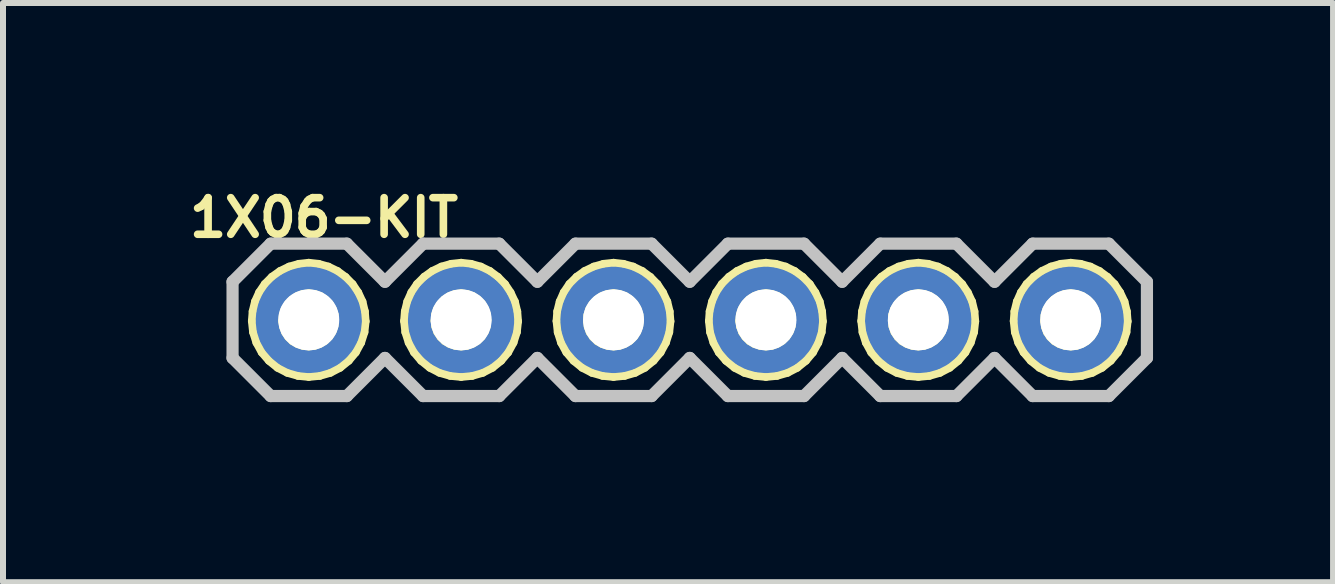
<source format=kicad_pcb>
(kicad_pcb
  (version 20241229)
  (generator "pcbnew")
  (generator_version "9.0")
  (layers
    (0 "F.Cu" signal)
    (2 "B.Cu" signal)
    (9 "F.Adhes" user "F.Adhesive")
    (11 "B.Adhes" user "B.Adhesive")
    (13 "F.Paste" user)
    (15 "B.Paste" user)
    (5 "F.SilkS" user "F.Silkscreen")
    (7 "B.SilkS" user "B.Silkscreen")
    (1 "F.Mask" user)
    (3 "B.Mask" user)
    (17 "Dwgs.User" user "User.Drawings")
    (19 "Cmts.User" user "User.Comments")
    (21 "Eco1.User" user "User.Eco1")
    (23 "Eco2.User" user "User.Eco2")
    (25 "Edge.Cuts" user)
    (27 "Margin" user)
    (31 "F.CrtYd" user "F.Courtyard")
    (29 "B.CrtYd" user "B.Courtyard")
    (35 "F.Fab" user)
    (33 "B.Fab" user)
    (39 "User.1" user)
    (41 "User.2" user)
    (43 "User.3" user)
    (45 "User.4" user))
  (footprint "1X06-KIT"
    (layer "F.Cu")
    (at 2.096 2.281)
    (property "Reference" "1X06-KIT" (at 0.254 -1.702 0) (layer "F.SilkS") (effects (font (size 0.61 0.61) (thickness 0.127))))
    (attr exclude_from_pos_files exclude_from_bom)
    (fp_line (start -0.95 0.02) (end -0.937 -0.142) (stroke (width 0.127) (type solid)) (layer "F.SilkS"))
    (fp_line (start -0.937 -0.142) (end -0.897 -0.307) (stroke (width 0.127) (type solid)) (layer "F.SilkS"))
    (fp_line (start -0.93 0.206) (end -0.95 0.02) (stroke (width 0.127) (type solid)) (layer "F.SilkS"))
    (fp_line (start -0.897 -0.307) (end -0.828 -0.46) (stroke (width 0.127) (type solid)) (layer "F.SilkS"))
    (fp_line (start -0.874 0.381) (end -0.93 0.206) (stroke (width 0.127) (type solid)) (layer "F.SilkS"))
    (fp_line (start -0.828 -0.46) (end -0.734 -0.599) (stroke (width 0.127) (type solid)) (layer "F.SilkS"))
    (fp_line (start -0.785 0.544) (end -0.874 0.381) (stroke (width 0.127) (type solid)) (layer "F.SilkS"))
    (fp_line (start -0.734 -0.599) (end -0.615 -0.719) (stroke (width 0.127) (type solid)) (layer "F.SilkS"))
    (fp_line (start -0.665 0.683) (end -0.785 0.544) (stroke (width 0.127) (type solid)) (layer "F.SilkS"))
    (fp_line (start -0.615 -0.719) (end -0.48 -0.815) (stroke (width 0.127) (type solid)) (layer "F.SilkS"))
    (fp_line (start -0.521 0.8) (end -0.665 0.683) (stroke (width 0.127) (type solid)) (layer "F.SilkS"))
    (fp_line (start -0.48 -0.815) (end -0.328 -0.889) (stroke (width 0.127) (type solid)) (layer "F.SilkS"))
    (fp_line (start -0.445 0.018) (end -0.434 -0.081) (stroke (width 0.127) (type solid)) (layer "F.SilkS"))
    (fp_line (start -0.434 -0.081) (end -0.404 -0.178) (stroke (width 0.127) (type solid)) (layer "F.SilkS"))
    (fp_line (start -0.429 0.114) (end -0.445 0.018) (stroke (width 0.127) (type solid)) (layer "F.SilkS"))
    (fp_line (start -0.404 -0.178) (end -0.351 -0.264) (stroke (width 0.127) (type solid)) (layer "F.SilkS"))
    (fp_line (start -0.396 0.206) (end -0.429 0.114) (stroke (width 0.127) (type solid)) (layer "F.SilkS"))
    (fp_line (start -0.358 0.884) (end -0.521 0.8) (stroke (width 0.127) (type solid)) (layer "F.SilkS"))
    (fp_line (start -0.351 -0.264) (end -0.279 -0.34) (stroke (width 0.127) (type solid)) (layer "F.SilkS"))
    (fp_line (start -0.343 0.287) (end -0.396 0.206) (stroke (width 0.127) (type solid)) (layer "F.SilkS"))
    (fp_line (start -0.328 -0.889) (end -0.165 -0.935) (stroke (width 0.127) (type solid)) (layer "F.SilkS"))
    (fp_line (start -0.279 -0.34) (end -0.196 -0.396) (stroke (width 0.127) (type solid)) (layer "F.SilkS"))
    (fp_line (start -0.272 0.356) (end -0.343 0.287) (stroke (width 0.127) (type solid)) (layer "F.SilkS"))
    (fp_line (start -0.196 -0.396) (end -0.099 -0.432) (stroke (width 0.127) (type solid)) (layer "F.SilkS"))
    (fp_line (start -0.188 0.404) (end -0.272 0.356) (stroke (width 0.127) (type solid)) (layer "F.SilkS"))
    (fp_line (start -0.18 0.935) (end -0.358 0.884) (stroke (width 0.127) (type solid)) (layer "F.SilkS"))
    (fp_line (start -0.165 -0.935) (end 0 -0.953) (stroke (width 0.127) (type solid)) (layer "F.SilkS"))
    (fp_line (start -0.099 -0.432) (end 0 -0.445) (stroke (width 0.127) (type solid)) (layer "F.SilkS"))
    (fp_line (start -0.097 0.434) (end -0.188 0.404) (stroke (width 0.127) (type solid)) (layer "F.SilkS"))
    (fp_line (start 0 -0.953) (end 0.165 -0.935) (stroke (width 0.127) (type solid)) (layer "F.SilkS"))
    (fp_line (start 0 -0.445) (end 0.099 -0.432) (stroke (width 0.127) (type solid)) (layer "F.SilkS"))
    (fp_line (start 0 0.445) (end -0.097 0.434) (stroke (width 0.127) (type solid)) (layer "F.SilkS"))
    (fp_line (start 0 0.953) (end -0.18 0.935) (stroke (width 0.127) (type solid)) (layer "F.SilkS"))
    (fp_line (start 0.097 0.434) (end 0 0.445) (stroke (width 0.127) (type solid)) (layer "F.SilkS"))
    (fp_line (start 0.099 -0.432) (end 0.193 -0.399) (stroke (width 0.127) (type solid)) (layer "F.SilkS"))
    (fp_line (start 0.165 -0.935) (end 0.328 -0.889) (stroke (width 0.127) (type solid)) (layer "F.SilkS"))
    (fp_line (start 0.185 0.935) (end 0 0.953) (stroke (width 0.127) (type solid)) (layer "F.SilkS"))
    (fp_line (start 0.188 0.401) (end 0.097 0.434) (stroke (width 0.127) (type solid)) (layer "F.SilkS"))
    (fp_line (start 0.193 -0.399) (end 0.277 -0.343) (stroke (width 0.127) (type solid)) (layer "F.SilkS"))
    (fp_line (start 0.272 0.351) (end 0.188 0.401) (stroke (width 0.127) (type solid)) (layer "F.SilkS"))
    (fp_line (start 0.277 -0.343) (end 0.348 -0.272) (stroke (width 0.127) (type solid)) (layer "F.SilkS"))
    (fp_line (start 0.328 -0.889) (end 0.48 -0.815) (stroke (width 0.127) (type solid)) (layer "F.SilkS"))
    (fp_line (start 0.343 0.282) (end 0.272 0.351) (stroke (width 0.127) (type solid)) (layer "F.SilkS"))
    (fp_line (start 0.348 -0.272) (end 0.399 -0.185) (stroke (width 0.127) (type solid)) (layer "F.SilkS"))
    (fp_line (start 0.361 0.884) (end 0.185 0.935) (stroke (width 0.127) (type solid)) (layer "F.SilkS"))
    (fp_line (start 0.396 0.198) (end 0.343 0.282) (stroke (width 0.127) (type solid)) (layer "F.SilkS"))
    (fp_line (start 0.399 -0.185) (end 0.432 -0.089) (stroke (width 0.127) (type solid)) (layer "F.SilkS"))
    (fp_line (start 0.429 0.107) (end 0.396 0.198) (stroke (width 0.127) (type solid)) (layer "F.SilkS"))
    (fp_line (start 0.432 -0.089) (end 0.439 0.008) (stroke (width 0.127) (type solid)) (layer "F.SilkS"))
    (fp_line (start 0.439 0.008) (end 0.429 0.107) (stroke (width 0.127) (type solid)) (layer "F.SilkS"))
    (fp_line (start 0.48 -0.815) (end 0.615 -0.716) (stroke (width 0.127) (type solid)) (layer "F.SilkS"))
    (fp_line (start 0.523 0.8) (end 0.361 0.884) (stroke (width 0.127) (type solid)) (layer "F.SilkS"))
    (fp_line (start 0.615 -0.716) (end 0.732 -0.597) (stroke (width 0.127) (type solid)) (layer "F.SilkS"))
    (fp_line (start 0.668 0.683) (end 0.523 0.8) (stroke (width 0.127) (type solid)) (layer "F.SilkS"))
    (fp_line (start 0.732 -0.597) (end 0.826 -0.457) (stroke (width 0.127) (type solid)) (layer "F.SilkS"))
    (fp_line (start 0.785 0.544) (end 0.668 0.683) (stroke (width 0.127) (type solid)) (layer "F.SilkS"))
    (fp_line (start 0.826 -0.457) (end 0.897 -0.305) (stroke (width 0.127) (type solid)) (layer "F.SilkS"))
    (fp_line (start 0.874 0.381) (end 0.785 0.544) (stroke (width 0.127) (type solid)) (layer "F.SilkS"))
    (fp_line (start 0.897 -0.305) (end 0.937 -0.14) (stroke (width 0.127) (type solid)) (layer "F.SilkS"))
    (fp_line (start 0.93 0.206) (end 0.874 0.381) (stroke (width 0.127) (type solid)) (layer "F.SilkS"))
    (fp_line (start 0.937 -0.14) (end 0.95 0.025) (stroke (width 0.127) (type solid)) (layer "F.SilkS"))
    (fp_line (start 0.95 0.025) (end 0.93 0.206) (stroke (width 0.127) (type solid)) (layer "F.SilkS"))
    (fp_line (start 1.587 0.02) (end 1.6 -0.142) (stroke (width 0.127) (type solid)) (layer "F.SilkS"))
    (fp_line (start 1.6 -0.142) (end 1.641 -0.307) (stroke (width 0.127) (type solid)) (layer "F.SilkS"))
    (fp_line (start 1.608 0.206) (end 1.587 0.02) (stroke (width 0.127) (type solid)) (layer "F.SilkS"))
    (fp_line (start 1.641 -0.307) (end 1.709 -0.46) (stroke (width 0.127) (type solid)) (layer "F.SilkS"))
    (fp_line (start 1.664 0.381) (end 1.608 0.206) (stroke (width 0.127) (type solid)) (layer "F.SilkS"))
    (fp_line (start 1.709 -0.46) (end 1.803 -0.599) (stroke (width 0.127) (type solid)) (layer "F.SilkS"))
    (fp_line (start 1.753 0.544) (end 1.664 0.381) (stroke (width 0.127) (type solid)) (layer "F.SilkS"))
    (fp_line (start 1.803 -0.599) (end 1.923 -0.719) (stroke (width 0.127) (type solid)) (layer "F.SilkS"))
    (fp_line (start 1.872 0.683) (end 1.753 0.544) (stroke (width 0.127) (type solid)) (layer "F.SilkS"))
    (fp_line (start 1.923 -0.719) (end 2.057 -0.815) (stroke (width 0.127) (type solid)) (layer "F.SilkS"))
    (fp_line (start 2.017 0.8) (end 1.872 0.683) (stroke (width 0.127) (type solid)) (layer "F.SilkS"))
    (fp_line (start 2.057 -0.815) (end 2.21 -0.889) (stroke (width 0.127) (type solid)) (layer "F.SilkS"))
    (fp_line (start 2.095 0.018) (end 2.103 -0.081) (stroke (width 0.127) (type solid)) (layer "F.SilkS"))
    (fp_line (start 2.103 -0.081) (end 2.134 -0.178) (stroke (width 0.127) (type solid)) (layer "F.SilkS"))
    (fp_line (start 2.108 0.114) (end 2.095 0.018) (stroke (width 0.127) (type solid)) (layer "F.SilkS"))
    (fp_line (start 2.134 -0.178) (end 2.187 -0.264) (stroke (width 0.127) (type solid)) (layer "F.SilkS"))
    (fp_line (start 2.141 0.206) (end 2.108 0.114) (stroke (width 0.127) (type solid)) (layer "F.SilkS"))
    (fp_line (start 2.179 0.884) (end 2.017 0.8) (stroke (width 0.127) (type solid)) (layer "F.SilkS"))
    (fp_line (start 2.187 -0.264) (end 2.258 -0.34) (stroke (width 0.127) (type solid)) (layer "F.SilkS"))
    (fp_line (start 2.195 0.287) (end 2.141 0.206) (stroke (width 0.127) (type solid)) (layer "F.SilkS"))
    (fp_line (start 2.21 -0.889) (end 2.372 -0.935) (stroke (width 0.127) (type solid)) (layer "F.SilkS"))
    (fp_line (start 2.258 -0.34) (end 2.342 -0.396) (stroke (width 0.127) (type solid)) (layer "F.SilkS"))
    (fp_line (start 2.266 0.356) (end 2.195 0.287) (stroke (width 0.127) (type solid)) (layer "F.SilkS"))
    (fp_line (start 2.342 -0.396) (end 2.438 -0.432) (stroke (width 0.127) (type solid)) (layer "F.SilkS"))
    (fp_line (start 2.349 0.404) (end 2.266 0.356) (stroke (width 0.127) (type solid)) (layer "F.SilkS"))
    (fp_line (start 2.357 0.935) (end 2.179 0.884) (stroke (width 0.127) (type solid)) (layer "F.SilkS"))
    (fp_line (start 2.372 -0.935) (end 2.54 -0.953) (stroke (width 0.127) (type solid)) (layer "F.SilkS"))
    (fp_line (start 2.438 -0.432) (end 2.54 -0.445) (stroke (width 0.127) (type solid)) (layer "F.SilkS"))
    (fp_line (start 2.441 0.434) (end 2.349 0.404) (stroke (width 0.127) (type solid)) (layer "F.SilkS"))
    (fp_line (start 2.54 -0.953) (end 2.705 -0.935) (stroke (width 0.127) (type solid)) (layer "F.SilkS"))
    (fp_line (start 2.54 -0.445) (end 2.639 -0.432) (stroke (width 0.127) (type solid)) (layer "F.SilkS"))
    (fp_line (start 2.54 0.445) (end 2.441 0.434) (stroke (width 0.127) (type solid)) (layer "F.SilkS"))
    (fp_line (start 2.54 0.953) (end 2.357 0.935) (stroke (width 0.127) (type solid)) (layer "F.SilkS"))
    (fp_line (start 2.637 0.434) (end 2.54 0.445) (stroke (width 0.127) (type solid)) (layer "F.SilkS"))
    (fp_line (start 2.639 -0.432) (end 2.733 -0.399) (stroke (width 0.127) (type solid)) (layer "F.SilkS"))
    (fp_line (start 2.705 -0.935) (end 2.868 -0.889) (stroke (width 0.127) (type solid)) (layer "F.SilkS"))
    (fp_line (start 2.725 0.935) (end 2.54 0.953) (stroke (width 0.127) (type solid)) (layer "F.SilkS"))
    (fp_line (start 2.728 0.401) (end 2.637 0.434) (stroke (width 0.127) (type solid)) (layer "F.SilkS"))
    (fp_line (start 2.733 -0.399) (end 2.817 -0.343) (stroke (width 0.127) (type solid)) (layer "F.SilkS"))
    (fp_line (start 2.812 0.351) (end 2.728 0.401) (stroke (width 0.127) (type solid)) (layer "F.SilkS"))
    (fp_line (start 2.817 -0.343) (end 2.888 -0.272) (stroke (width 0.127) (type solid)) (layer "F.SilkS"))
    (fp_line (start 2.868 -0.889) (end 3.02 -0.815) (stroke (width 0.127) (type solid)) (layer "F.SilkS"))
    (fp_line (start 2.883 0.282) (end 2.812 0.351) (stroke (width 0.127) (type solid)) (layer "F.SilkS"))
    (fp_line (start 2.888 -0.272) (end 2.939 -0.185) (stroke (width 0.127) (type solid)) (layer "F.SilkS"))
    (fp_line (start 2.901 0.884) (end 2.725 0.935) (stroke (width 0.127) (type solid)) (layer "F.SilkS"))
    (fp_line (start 2.936 0.198) (end 2.883 0.282) (stroke (width 0.127) (type solid)) (layer "F.SilkS"))
    (fp_line (start 2.939 -0.185) (end 2.972 -0.089) (stroke (width 0.127) (type solid)) (layer "F.SilkS"))
    (fp_line (start 2.969 0.107) (end 2.936 0.198) (stroke (width 0.127) (type solid)) (layer "F.SilkS"))
    (fp_line (start 2.972 -0.089) (end 2.979 0.008) (stroke (width 0.127) (type solid)) (layer "F.SilkS"))
    (fp_line (start 2.979 0.008) (end 2.969 0.107) (stroke (width 0.127) (type solid)) (layer "F.SilkS"))
    (fp_line (start 3.02 -0.815) (end 3.155 -0.716) (stroke (width 0.127) (type solid)) (layer "F.SilkS"))
    (fp_line (start 3.063 0.8) (end 2.901 0.884) (stroke (width 0.127) (type solid)) (layer "F.SilkS"))
    (fp_line (start 3.155 -0.716) (end 3.272 -0.597) (stroke (width 0.127) (type solid)) (layer "F.SilkS"))
    (fp_line (start 3.208 0.683) (end 3.063 0.8) (stroke (width 0.127) (type solid)) (layer "F.SilkS"))
    (fp_line (start 3.272 -0.597) (end 3.365 -0.457) (stroke (width 0.127) (type solid)) (layer "F.SilkS"))
    (fp_line (start 3.325 0.544) (end 3.208 0.683) (stroke (width 0.127) (type solid)) (layer "F.SilkS"))
    (fp_line (start 3.365 -0.457) (end 3.437 -0.305) (stroke (width 0.127) (type solid)) (layer "F.SilkS"))
    (fp_line (start 3.414 0.381) (end 3.325 0.544) (stroke (width 0.127) (type solid)) (layer "F.SilkS"))
    (fp_line (start 3.437 -0.305) (end 3.477 -0.14) (stroke (width 0.127) (type solid)) (layer "F.SilkS"))
    (fp_line (start 3.47 0.206) (end 3.414 0.381) (stroke (width 0.127) (type solid)) (layer "F.SilkS"))
    (fp_line (start 3.477 -0.14) (end 3.49 0.025) (stroke (width 0.127) (type solid)) (layer "F.SilkS"))
    (fp_line (start 3.49 0.025) (end 3.47 0.206) (stroke (width 0.127) (type solid)) (layer "F.SilkS"))
    (fp_line (start 4.128 0.02) (end 4.14 -0.142) (stroke (width 0.127) (type solid)) (layer "F.SilkS"))
    (fp_line (start 4.14 -0.142) (end 4.181 -0.307) (stroke (width 0.127) (type solid)) (layer "F.SilkS"))
    (fp_line (start 4.148 0.206) (end 4.128 0.02) (stroke (width 0.127) (type solid)) (layer "F.SilkS"))
    (fp_line (start 4.181 -0.307) (end 4.249 -0.46) (stroke (width 0.127) (type solid)) (layer "F.SilkS"))
    (fp_line (start 4.204 0.381) (end 4.148 0.206) (stroke (width 0.127) (type solid)) (layer "F.SilkS"))
    (fp_line (start 4.249 -0.46) (end 4.343 -0.599) (stroke (width 0.127) (type solid)) (layer "F.SilkS"))
    (fp_line (start 4.293 0.544) (end 4.204 0.381) (stroke (width 0.127) (type solid)) (layer "F.SilkS"))
    (fp_line (start 4.343 -0.599) (end 4.463 -0.719) (stroke (width 0.127) (type solid)) (layer "F.SilkS"))
    (fp_line (start 4.412 0.683) (end 4.293 0.544) (stroke (width 0.127) (type solid)) (layer "F.SilkS"))
    (fp_line (start 4.463 -0.719) (end 4.597 -0.815) (stroke (width 0.127) (type solid)) (layer "F.SilkS"))
    (fp_line (start 4.557 0.8) (end 4.412 0.683) (stroke (width 0.127) (type solid)) (layer "F.SilkS"))
    (fp_line (start 4.597 -0.815) (end 4.75 -0.889) (stroke (width 0.127) (type solid)) (layer "F.SilkS"))
    (fp_line (start 4.636 0.018) (end 4.643 -0.081) (stroke (width 0.127) (type solid)) (layer "F.SilkS"))
    (fp_line (start 4.643 -0.081) (end 4.674 -0.178) (stroke (width 0.127) (type solid)) (layer "F.SilkS"))
    (fp_line (start 4.648 0.114) (end 4.636 0.018) (stroke (width 0.127) (type solid)) (layer "F.SilkS"))
    (fp_line (start 4.674 -0.178) (end 4.727 -0.264) (stroke (width 0.127) (type solid)) (layer "F.SilkS"))
    (fp_line (start 4.681 0.206) (end 4.648 0.114) (stroke (width 0.127) (type solid)) (layer "F.SilkS"))
    (fp_line (start 4.719 0.884) (end 4.557 0.8) (stroke (width 0.127) (type solid)) (layer "F.SilkS"))
    (fp_line (start 4.727 -0.264) (end 4.798 -0.34) (stroke (width 0.127) (type solid)) (layer "F.SilkS"))
    (fp_line (start 4.735 0.287) (end 4.681 0.206) (stroke (width 0.127) (type solid)) (layer "F.SilkS"))
    (fp_line (start 4.75 -0.889) (end 4.912 -0.935) (stroke (width 0.127) (type solid)) (layer "F.SilkS"))
    (fp_line (start 4.798 -0.34) (end 4.882 -0.396) (stroke (width 0.127) (type solid)) (layer "F.SilkS"))
    (fp_line (start 4.806 0.356) (end 4.735 0.287) (stroke (width 0.127) (type solid)) (layer "F.SilkS"))
    (fp_line (start 4.882 -0.396) (end 4.978 -0.432) (stroke (width 0.127) (type solid)) (layer "F.SilkS"))
    (fp_line (start 4.889 0.404) (end 4.806 0.356) (stroke (width 0.127) (type solid)) (layer "F.SilkS"))
    (fp_line (start 4.897 0.935) (end 4.719 0.884) (stroke (width 0.127) (type solid)) (layer "F.SilkS"))
    (fp_line (start 4.912 -0.935) (end 5.08 -0.953) (stroke (width 0.127) (type solid)) (layer "F.SilkS"))
    (fp_line (start 4.978 -0.432) (end 5.08 -0.445) (stroke (width 0.127) (type solid)) (layer "F.SilkS"))
    (fp_line (start 4.981 0.434) (end 4.889 0.404) (stroke (width 0.127) (type solid)) (layer "F.SilkS"))
    (fp_line (start 5.08 -0.953) (end 5.245 -0.935) (stroke (width 0.127) (type solid)) (layer "F.SilkS"))
    (fp_line (start 5.08 -0.445) (end 5.179 -0.432) (stroke (width 0.127) (type solid)) (layer "F.SilkS"))
    (fp_line (start 5.08 0.445) (end 4.981 0.434) (stroke (width 0.127) (type solid)) (layer "F.SilkS"))
    (fp_line (start 5.08 0.953) (end 4.897 0.935) (stroke (width 0.127) (type solid)) (layer "F.SilkS"))
    (fp_line (start 5.177 0.434) (end 5.08 0.445) (stroke (width 0.127) (type solid)) (layer "F.SilkS"))
    (fp_line (start 5.179 -0.432) (end 5.273 -0.399) (stroke (width 0.127) (type solid)) (layer "F.SilkS"))
    (fp_line (start 5.245 -0.935) (end 5.408 -0.889) (stroke (width 0.127) (type solid)) (layer "F.SilkS"))
    (fp_line (start 5.265 0.935) (end 5.08 0.953) (stroke (width 0.127) (type solid)) (layer "F.SilkS"))
    (fp_line (start 5.268 0.401) (end 5.177 0.434) (stroke (width 0.127) (type solid)) (layer "F.SilkS"))
    (fp_line (start 5.273 -0.399) (end 5.357 -0.343) (stroke (width 0.127) (type solid)) (layer "F.SilkS"))
    (fp_line (start 5.352 0.351) (end 5.268 0.401) (stroke (width 0.127) (type solid)) (layer "F.SilkS"))
    (fp_line (start 5.357 -0.343) (end 5.428 -0.272) (stroke (width 0.127) (type solid)) (layer "F.SilkS"))
    (fp_line (start 5.408 -0.889) (end 5.56 -0.815) (stroke (width 0.127) (type solid)) (layer "F.SilkS"))
    (fp_line (start 5.423 0.282) (end 5.352 0.351) (stroke (width 0.127) (type solid)) (layer "F.SilkS"))
    (fp_line (start 5.428 -0.272) (end 5.479 -0.185) (stroke (width 0.127) (type solid)) (layer "F.SilkS"))
    (fp_line (start 5.441 0.884) (end 5.265 0.935) (stroke (width 0.127) (type solid)) (layer "F.SilkS"))
    (fp_line (start 5.476 0.198) (end 5.423 0.282) (stroke (width 0.127) (type solid)) (layer "F.SilkS"))
    (fp_line (start 5.479 -0.185) (end 5.512 -0.089) (stroke (width 0.127) (type solid)) (layer "F.SilkS"))
    (fp_line (start 5.509 0.107) (end 5.476 0.198) (stroke (width 0.127) (type solid)) (layer "F.SilkS"))
    (fp_line (start 5.512 -0.089) (end 5.519 0.008) (stroke (width 0.127) (type solid)) (layer "F.SilkS"))
    (fp_line (start 5.519 0.008) (end 5.509 0.107) (stroke (width 0.127) (type solid)) (layer "F.SilkS"))
    (fp_line (start 5.56 -0.815) (end 5.695 -0.716) (stroke (width 0.127) (type solid)) (layer "F.SilkS"))
    (fp_line (start 5.603 0.8) (end 5.441 0.884) (stroke (width 0.127) (type solid)) (layer "F.SilkS"))
    (fp_line (start 5.695 -0.716) (end 5.812 -0.597) (stroke (width 0.127) (type solid)) (layer "F.SilkS"))
    (fp_line (start 5.748 0.683) (end 5.603 0.8) (stroke (width 0.127) (type solid)) (layer "F.SilkS"))
    (fp_line (start 5.812 -0.597) (end 5.905 -0.457) (stroke (width 0.127) (type solid)) (layer "F.SilkS"))
    (fp_line (start 5.865 0.544) (end 5.748 0.683) (stroke (width 0.127) (type solid)) (layer "F.SilkS"))
    (fp_line (start 5.905 -0.457) (end 5.977 -0.305) (stroke (width 0.127) (type solid)) (layer "F.SilkS"))
    (fp_line (start 5.954 0.381) (end 5.865 0.544) (stroke (width 0.127) (type solid)) (layer "F.SilkS"))
    (fp_line (start 5.977 -0.305) (end 6.017 -0.14) (stroke (width 0.127) (type solid)) (layer "F.SilkS"))
    (fp_line (start 6.01 0.206) (end 5.954 0.381) (stroke (width 0.127) (type solid)) (layer "F.SilkS"))
    (fp_line (start 6.017 -0.14) (end 6.03 0.025) (stroke (width 0.127) (type solid)) (layer "F.SilkS"))
    (fp_line (start 6.03 0.025) (end 6.01 0.206) (stroke (width 0.127) (type solid)) (layer "F.SilkS"))
    (fp_line (start 6.668 0.02) (end 6.68 -0.142) (stroke (width 0.127) (type solid)) (layer "F.SilkS"))
    (fp_line (start 6.68 -0.142) (end 6.721 -0.307) (stroke (width 0.127) (type solid)) (layer "F.SilkS"))
    (fp_line (start 6.688 0.206) (end 6.668 0.02) (stroke (width 0.127) (type solid)) (layer "F.SilkS"))
    (fp_line (start 6.721 -0.307) (end 6.789 -0.46) (stroke (width 0.127) (type solid)) (layer "F.SilkS"))
    (fp_line (start 6.744 0.381) (end 6.688 0.206) (stroke (width 0.127) (type solid)) (layer "F.SilkS"))
    (fp_line (start 6.789 -0.46) (end 6.883 -0.599) (stroke (width 0.127) (type solid)) (layer "F.SilkS"))
    (fp_line (start 6.833 0.544) (end 6.744 0.381) (stroke (width 0.127) (type solid)) (layer "F.SilkS"))
    (fp_line (start 6.883 -0.599) (end 7.003 -0.719) (stroke (width 0.127) (type solid)) (layer "F.SilkS"))
    (fp_line (start 6.952 0.683) (end 6.833 0.544) (stroke (width 0.127) (type solid)) (layer "F.SilkS"))
    (fp_line (start 7.003 -0.719) (end 7.137 -0.815) (stroke (width 0.127) (type solid)) (layer "F.SilkS"))
    (fp_line (start 7.097 0.8) (end 6.952 0.683) (stroke (width 0.127) (type solid)) (layer "F.SilkS"))
    (fp_line (start 7.137 -0.815) (end 7.29 -0.889) (stroke (width 0.127) (type solid)) (layer "F.SilkS"))
    (fp_line (start 7.173 0.018) (end 7.183 -0.081) (stroke (width 0.127) (type solid)) (layer "F.SilkS"))
    (fp_line (start 7.183 -0.081) (end 7.214 -0.178) (stroke (width 0.127) (type solid)) (layer "F.SilkS"))
    (fp_line (start 7.188 0.114) (end 7.173 0.018) (stroke (width 0.127) (type solid)) (layer "F.SilkS"))
    (fp_line (start 7.214 -0.178) (end 7.267 -0.264) (stroke (width 0.127) (type solid)) (layer "F.SilkS"))
    (fp_line (start 7.221 0.206) (end 7.188 0.114) (stroke (width 0.127) (type solid)) (layer "F.SilkS"))
    (fp_line (start 7.259 0.884) (end 7.097 0.8) (stroke (width 0.127) (type solid)) (layer "F.SilkS"))
    (fp_line (start 7.267 -0.264) (end 7.338 -0.34) (stroke (width 0.127) (type solid)) (layer "F.SilkS"))
    (fp_line (start 7.275 0.287) (end 7.221 0.206) (stroke (width 0.127) (type solid)) (layer "F.SilkS"))
    (fp_line (start 7.29 -0.889) (end 7.452 -0.935) (stroke (width 0.127) (type solid)) (layer "F.SilkS"))
    (fp_line (start 7.338 -0.34) (end 7.422 -0.396) (stroke (width 0.127) (type solid)) (layer "F.SilkS"))
    (fp_line (start 7.346 0.356) (end 7.275 0.287) (stroke (width 0.127) (type solid)) (layer "F.SilkS"))
    (fp_line (start 7.422 -0.396) (end 7.518 -0.432) (stroke (width 0.127) (type solid)) (layer "F.SilkS"))
    (fp_line (start 7.429 0.404) (end 7.346 0.356) (stroke (width 0.127) (type solid)) (layer "F.SilkS"))
    (fp_line (start 7.437 0.935) (end 7.259 0.884) (stroke (width 0.127) (type solid)) (layer "F.SilkS"))
    (fp_line (start 7.452 -0.935) (end 7.62 -0.953) (stroke (width 0.127) (type solid)) (layer "F.SilkS"))
    (fp_line (start 7.518 -0.432) (end 7.62 -0.445) (stroke (width 0.127) (type solid)) (layer "F.SilkS"))
    (fp_line (start 7.521 0.434) (end 7.429 0.404) (stroke (width 0.127) (type solid)) (layer "F.SilkS"))
    (fp_line (start 7.62 -0.953) (end 7.785 -0.935) (stroke (width 0.127) (type solid)) (layer "F.SilkS"))
    (fp_line (start 7.62 -0.445) (end 7.719 -0.432) (stroke (width 0.127) (type solid)) (layer "F.SilkS"))
    (fp_line (start 7.62 0.445) (end 7.521 0.434) (stroke (width 0.127) (type solid)) (layer "F.SilkS"))
    (fp_line (start 7.62 0.953) (end 7.437 0.935) (stroke (width 0.127) (type solid)) (layer "F.SilkS"))
    (fp_line (start 7.717 0.434) (end 7.62 0.445) (stroke (width 0.127) (type solid)) (layer "F.SilkS"))
    (fp_line (start 7.719 -0.432) (end 7.813 -0.399) (stroke (width 0.127) (type solid)) (layer "F.SilkS"))
    (fp_line (start 7.785 -0.935) (end 7.948 -0.889) (stroke (width 0.127) (type solid)) (layer "F.SilkS"))
    (fp_line (start 7.805 0.935) (end 7.62 0.953) (stroke (width 0.127) (type solid)) (layer "F.SilkS"))
    (fp_line (start 7.808 0.401) (end 7.717 0.434) (stroke (width 0.127) (type solid)) (layer "F.SilkS"))
    (fp_line (start 7.813 -0.399) (end 7.897 -0.343) (stroke (width 0.127) (type solid)) (layer "F.SilkS"))
    (fp_line (start 7.892 0.351) (end 7.808 0.401) (stroke (width 0.127) (type solid)) (layer "F.SilkS"))
    (fp_line (start 7.897 -0.343) (end 7.968 -0.272) (stroke (width 0.127) (type solid)) (layer "F.SilkS"))
    (fp_line (start 7.948 -0.889) (end 8.1 -0.815) (stroke (width 0.127) (type solid)) (layer "F.SilkS"))
    (fp_line (start 7.963 0.282) (end 7.892 0.351) (stroke (width 0.127) (type solid)) (layer "F.SilkS"))
    (fp_line (start 7.968 -0.272) (end 8.019 -0.185) (stroke (width 0.127) (type solid)) (layer "F.SilkS"))
    (fp_line (start 7.981 0.884) (end 7.805 0.935) (stroke (width 0.127) (type solid)) (layer "F.SilkS"))
    (fp_line (start 8.016 0.198) (end 7.963 0.282) (stroke (width 0.127) (type solid)) (layer "F.SilkS"))
    (fp_line (start 8.019 -0.185) (end 8.052 -0.089) (stroke (width 0.127) (type solid)) (layer "F.SilkS"))
    (fp_line (start 8.049 0.107) (end 8.016 0.198) (stroke (width 0.127) (type solid)) (layer "F.SilkS"))
    (fp_line (start 8.052 -0.089) (end 8.059 0.008) (stroke (width 0.127) (type solid)) (layer "F.SilkS"))
    (fp_line (start 8.059 0.008) (end 8.049 0.107) (stroke (width 0.127) (type solid)) (layer "F.SilkS"))
    (fp_line (start 8.1 -0.815) (end 8.235 -0.716) (stroke (width 0.127) (type solid)) (layer "F.SilkS"))
    (fp_line (start 8.143 0.8) (end 7.981 0.884) (stroke (width 0.127) (type solid)) (layer "F.SilkS"))
    (fp_line (start 8.235 -0.716) (end 8.352 -0.597) (stroke (width 0.127) (type solid)) (layer "F.SilkS"))
    (fp_line (start 8.288 0.683) (end 8.143 0.8) (stroke (width 0.127) (type solid)) (layer "F.SilkS"))
    (fp_line (start 8.352 -0.597) (end 8.445 -0.457) (stroke (width 0.127) (type solid)) (layer "F.SilkS"))
    (fp_line (start 8.405 0.544) (end 8.288 0.683) (stroke (width 0.127) (type solid)) (layer "F.SilkS"))
    (fp_line (start 8.445 -0.457) (end 8.517 -0.305) (stroke (width 0.127) (type solid)) (layer "F.SilkS"))
    (fp_line (start 8.494 0.381) (end 8.405 0.544) (stroke (width 0.127) (type solid)) (layer "F.SilkS"))
    (fp_line (start 8.517 -0.305) (end 8.557 -0.14) (stroke (width 0.127) (type solid)) (layer "F.SilkS"))
    (fp_line (start 8.55 0.206) (end 8.494 0.381) (stroke (width 0.127) (type solid)) (layer "F.SilkS"))
    (fp_line (start 8.557 -0.14) (end 8.57 0.025) (stroke (width 0.127) (type solid)) (layer "F.SilkS"))
    (fp_line (start 8.57 0.025) (end 8.55 0.206) (stroke (width 0.127) (type solid)) (layer "F.SilkS"))
    (fp_line (start 9.207 0.02) (end 9.22 -0.142) (stroke (width 0.127) (type solid)) (layer "F.SilkS"))
    (fp_line (start 9.22 -0.142) (end 9.261 -0.307) (stroke (width 0.127) (type solid)) (layer "F.SilkS"))
    (fp_line (start 9.228 0.206) (end 9.207 0.02) (stroke (width 0.127) (type solid)) (layer "F.SilkS"))
    (fp_line (start 9.261 -0.307) (end 9.329 -0.46) (stroke (width 0.127) (type solid)) (layer "F.SilkS"))
    (fp_line (start 9.284 0.381) (end 9.228 0.206) (stroke (width 0.127) (type solid)) (layer "F.SilkS"))
    (fp_line (start 9.329 -0.46) (end 9.423 -0.599) (stroke (width 0.127) (type solid)) (layer "F.SilkS"))
    (fp_line (start 9.373 0.544) (end 9.284 0.381) (stroke (width 0.127) (type solid)) (layer "F.SilkS"))
    (fp_line (start 9.423 -0.599) (end 9.543 -0.719) (stroke (width 0.127) (type solid)) (layer "F.SilkS"))
    (fp_line (start 9.492 0.683) (end 9.373 0.544) (stroke (width 0.127) (type solid)) (layer "F.SilkS"))
    (fp_line (start 9.543 -0.719) (end 9.677 -0.815) (stroke (width 0.127) (type solid)) (layer "F.SilkS"))
    (fp_line (start 9.637 0.8) (end 9.492 0.683) (stroke (width 0.127) (type solid)) (layer "F.SilkS"))
    (fp_line (start 9.677 -0.815) (end 9.83 -0.889) (stroke (width 0.127) (type solid)) (layer "F.SilkS"))
    (fp_line (start 9.716 0.018) (end 9.723 -0.081) (stroke (width 0.127) (type solid)) (layer "F.SilkS"))
    (fp_line (start 9.723 -0.081) (end 9.754 -0.178) (stroke (width 0.127) (type solid)) (layer "F.SilkS"))
    (fp_line (start 9.728 0.114) (end 9.716 0.018) (stroke (width 0.127) (type solid)) (layer "F.SilkS"))
    (fp_line (start 9.754 -0.178) (end 9.807 -0.264) (stroke (width 0.127) (type solid)) (layer "F.SilkS"))
    (fp_line (start 9.761 0.206) (end 9.728 0.114) (stroke (width 0.127) (type solid)) (layer "F.SilkS"))
    (fp_line (start 9.799 0.884) (end 9.637 0.8) (stroke (width 0.127) (type solid)) (layer "F.SilkS"))
    (fp_line (start 9.807 -0.264) (end 9.878 -0.34) (stroke (width 0.127) (type solid)) (layer "F.SilkS"))
    (fp_line (start 9.815 0.287) (end 9.761 0.206) (stroke (width 0.127) (type solid)) (layer "F.SilkS"))
    (fp_line (start 9.83 -0.889) (end 9.992 -0.935) (stroke (width 0.127) (type solid)) (layer "F.SilkS"))
    (fp_line (start 9.878 -0.34) (end 9.962 -0.396) (stroke (width 0.127) (type solid)) (layer "F.SilkS"))
    (fp_line (start 9.886 0.356) (end 9.815 0.287) (stroke (width 0.127) (type solid)) (layer "F.SilkS"))
    (fp_line (start 9.962 -0.396) (end 10.058 -0.432) (stroke (width 0.127) (type solid)) (layer "F.SilkS"))
    (fp_line (start 9.97 0.404) (end 9.886 0.356) (stroke (width 0.127) (type solid)) (layer "F.SilkS"))
    (fp_line (start 9.977 0.935) (end 9.799 0.884) (stroke (width 0.127) (type solid)) (layer "F.SilkS"))
    (fp_line (start 9.992 -0.935) (end 10.16 -0.953) (stroke (width 0.127) (type solid)) (layer "F.SilkS"))
    (fp_line (start 10.058 -0.432) (end 10.16 -0.445) (stroke (width 0.127) (type solid)) (layer "F.SilkS"))
    (fp_line (start 10.061 0.434) (end 9.97 0.404) (stroke (width 0.127) (type solid)) (layer "F.SilkS"))
    (fp_line (start 10.16 -0.953) (end 10.325 -0.935) (stroke (width 0.127) (type solid)) (layer "F.SilkS"))
    (fp_line (start 10.16 -0.445) (end 10.259 -0.432) (stroke (width 0.127) (type solid)) (layer "F.SilkS"))
    (fp_line (start 10.16 0.445) (end 10.061 0.434) (stroke (width 0.127) (type solid)) (layer "F.SilkS"))
    (fp_line (start 10.16 0.953) (end 9.977 0.935) (stroke (width 0.127) (type solid)) (layer "F.SilkS"))
    (fp_line (start 10.257 0.434) (end 10.16 0.445) (stroke (width 0.127) (type solid)) (layer "F.SilkS"))
    (fp_line (start 10.259 -0.432) (end 10.353 -0.399) (stroke (width 0.127) (type solid)) (layer "F.SilkS"))
    (fp_line (start 10.325 -0.935) (end 10.488 -0.889) (stroke (width 0.127) (type solid)) (layer "F.SilkS"))
    (fp_line (start 10.345 0.935) (end 10.16 0.953) (stroke (width 0.127) (type solid)) (layer "F.SilkS"))
    (fp_line (start 10.348 0.401) (end 10.257 0.434) (stroke (width 0.127) (type solid)) (layer "F.SilkS"))
    (fp_line (start 10.353 -0.399) (end 10.437 -0.343) (stroke (width 0.127) (type solid)) (layer "F.SilkS"))
    (fp_line (start 10.432 0.351) (end 10.348 0.401) (stroke (width 0.127) (type solid)) (layer "F.SilkS"))
    (fp_line (start 10.437 -0.343) (end 10.508 -0.272) (stroke (width 0.127) (type solid)) (layer "F.SilkS"))
    (fp_line (start 10.488 -0.889) (end 10.64 -0.815) (stroke (width 0.127) (type solid)) (layer "F.SilkS"))
    (fp_line (start 10.503 0.282) (end 10.432 0.351) (stroke (width 0.127) (type solid)) (layer "F.SilkS"))
    (fp_line (start 10.508 -0.272) (end 10.559 -0.185) (stroke (width 0.127) (type solid)) (layer "F.SilkS"))
    (fp_line (start 10.521 0.884) (end 10.345 0.935) (stroke (width 0.127) (type solid)) (layer "F.SilkS"))
    (fp_line (start 10.556 0.198) (end 10.503 0.282) (stroke (width 0.127) (type solid)) (layer "F.SilkS"))
    (fp_line (start 10.559 -0.185) (end 10.592 -0.089) (stroke (width 0.127) (type solid)) (layer "F.SilkS"))
    (fp_line (start 10.589 0.107) (end 10.556 0.198) (stroke (width 0.127) (type solid)) (layer "F.SilkS"))
    (fp_line (start 10.592 -0.089) (end 10.599 0.008) (stroke (width 0.127) (type solid)) (layer "F.SilkS"))
    (fp_line (start 10.599 0.008) (end 10.589 0.107) (stroke (width 0.127) (type solid)) (layer "F.SilkS"))
    (fp_line (start 10.64 -0.815) (end 10.775 -0.716) (stroke (width 0.127) (type solid)) (layer "F.SilkS"))
    (fp_line (start 10.683 0.8) (end 10.521 0.884) (stroke (width 0.127) (type solid)) (layer "F.SilkS"))
    (fp_line (start 10.775 -0.716) (end 10.892 -0.597) (stroke (width 0.127) (type solid)) (layer "F.SilkS"))
    (fp_line (start 10.828 0.683) (end 10.683 0.8) (stroke (width 0.127) (type solid)) (layer "F.SilkS"))
    (fp_line (start 10.892 -0.597) (end 10.986 -0.457) (stroke (width 0.127) (type solid)) (layer "F.SilkS"))
    (fp_line (start 10.945 0.544) (end 10.828 0.683) (stroke (width 0.127) (type solid)) (layer "F.SilkS"))
    (fp_line (start 10.986 -0.457) (end 11.057 -0.305) (stroke (width 0.127) (type solid)) (layer "F.SilkS"))
    (fp_line (start 11.034 0.381) (end 10.945 0.544) (stroke (width 0.127) (type solid)) (layer "F.SilkS"))
    (fp_line (start 11.057 -0.305) (end 11.097 -0.14) (stroke (width 0.127) (type solid)) (layer "F.SilkS"))
    (fp_line (start 11.09 0.206) (end 11.034 0.381) (stroke (width 0.127) (type solid)) (layer "F.SilkS"))
    (fp_line (start 11.097 -0.14) (end 11.11 0.025) (stroke (width 0.127) (type solid)) (layer "F.SilkS"))
    (fp_line (start 11.11 0.025) (end 11.09 0.206) (stroke (width 0.127) (type solid)) (layer "F.SilkS"))
    (fp_line (start 11.748 0.02) (end 11.76 -0.142) (stroke (width 0.127) (type solid)) (layer "F.SilkS"))
    (fp_line (start 11.76 -0.142) (end 11.801 -0.307) (stroke (width 0.127) (type solid)) (layer "F.SilkS"))
    (fp_line (start 11.768 0.206) (end 11.748 0.02) (stroke (width 0.127) (type solid)) (layer "F.SilkS"))
    (fp_line (start 11.801 -0.307) (end 11.869 -0.46) (stroke (width 0.127) (type solid)) (layer "F.SilkS"))
    (fp_line (start 11.824 0.381) (end 11.768 0.206) (stroke (width 0.127) (type solid)) (layer "F.SilkS"))
    (fp_line (start 11.869 -0.46) (end 11.963 -0.599) (stroke (width 0.127) (type solid)) (layer "F.SilkS"))
    (fp_line (start 11.913 0.544) (end 11.824 0.381) (stroke (width 0.127) (type solid)) (layer "F.SilkS"))
    (fp_line (start 11.963 -0.599) (end 12.083 -0.719) (stroke (width 0.127) (type solid)) (layer "F.SilkS"))
    (fp_line (start 12.032 0.683) (end 11.913 0.544) (stroke (width 0.127) (type solid)) (layer "F.SilkS"))
    (fp_line (start 12.083 -0.719) (end 12.217 -0.815) (stroke (width 0.127) (type solid)) (layer "F.SilkS"))
    (fp_line (start 12.177 0.8) (end 12.032 0.683) (stroke (width 0.127) (type solid)) (layer "F.SilkS"))
    (fp_line (start 12.217 -0.815) (end 12.37 -0.889) (stroke (width 0.127) (type solid)) (layer "F.SilkS"))
    (fp_line (start 12.255 0.018) (end 12.263 -0.081) (stroke (width 0.127) (type solid)) (layer "F.SilkS"))
    (fp_line (start 12.263 -0.081) (end 12.294 -0.178) (stroke (width 0.127) (type solid)) (layer "F.SilkS"))
    (fp_line (start 12.268 0.114) (end 12.255 0.018) (stroke (width 0.127) (type solid)) (layer "F.SilkS"))
    (fp_line (start 12.294 -0.178) (end 12.347 -0.264) (stroke (width 0.127) (type solid)) (layer "F.SilkS"))
    (fp_line (start 12.301 0.206) (end 12.268 0.114) (stroke (width 0.127) (type solid)) (layer "F.SilkS"))
    (fp_line (start 12.339 0.884) (end 12.177 0.8) (stroke (width 0.127) (type solid)) (layer "F.SilkS"))
    (fp_line (start 12.347 -0.264) (end 12.418 -0.34) (stroke (width 0.127) (type solid)) (layer "F.SilkS"))
    (fp_line (start 12.355 0.287) (end 12.301 0.206) (stroke (width 0.127) (type solid)) (layer "F.SilkS"))
    (fp_line (start 12.37 -0.889) (end 12.532 -0.935) (stroke (width 0.127) (type solid)) (layer "F.SilkS"))
    (fp_line (start 12.418 -0.34) (end 12.502 -0.396) (stroke (width 0.127) (type solid)) (layer "F.SilkS"))
    (fp_line (start 12.426 0.356) (end 12.355 0.287) (stroke (width 0.127) (type solid)) (layer "F.SilkS"))
    (fp_line (start 12.502 -0.396) (end 12.598 -0.432) (stroke (width 0.127) (type solid)) (layer "F.SilkS"))
    (fp_line (start 12.509 0.404) (end 12.426 0.356) (stroke (width 0.127) (type solid)) (layer "F.SilkS"))
    (fp_line (start 12.517 0.935) (end 12.339 0.884) (stroke (width 0.127) (type solid)) (layer "F.SilkS"))
    (fp_line (start 12.532 -0.935) (end 12.7 -0.953) (stroke (width 0.127) (type solid)) (layer "F.SilkS"))
    (fp_line (start 12.598 -0.432) (end 12.7 -0.445) (stroke (width 0.127) (type solid)) (layer "F.SilkS"))
    (fp_line (start 12.601 0.434) (end 12.509 0.404) (stroke (width 0.127) (type solid)) (layer "F.SilkS"))
    (fp_line (start 12.7 -0.953) (end 12.865 -0.935) (stroke (width 0.127) (type solid)) (layer "F.SilkS"))
    (fp_line (start 12.7 -0.445) (end 12.799 -0.432) (stroke (width 0.127) (type solid)) (layer "F.SilkS"))
    (fp_line (start 12.7 0.445) (end 12.601 0.434) (stroke (width 0.127) (type solid)) (layer "F.SilkS"))
    (fp_line (start 12.7 0.953) (end 12.517 0.935) (stroke (width 0.127) (type solid)) (layer "F.SilkS"))
    (fp_line (start 12.797 0.434) (end 12.7 0.445) (stroke (width 0.127) (type solid)) (layer "F.SilkS"))
    (fp_line (start 12.799 -0.432) (end 12.893 -0.399) (stroke (width 0.127) (type solid)) (layer "F.SilkS"))
    (fp_line (start 12.865 -0.935) (end 13.028 -0.889) (stroke (width 0.127) (type solid)) (layer "F.SilkS"))
    (fp_line (start 12.885 0.935) (end 12.7 0.953) (stroke (width 0.127) (type solid)) (layer "F.SilkS"))
    (fp_line (start 12.888 0.401) (end 12.797 0.434) (stroke (width 0.127) (type solid)) (layer "F.SilkS"))
    (fp_line (start 12.893 -0.399) (end 12.977 -0.343) (stroke (width 0.127) (type solid)) (layer "F.SilkS"))
    (fp_line (start 12.972 0.351) (end 12.888 0.401) (stroke (width 0.127) (type solid)) (layer "F.SilkS"))
    (fp_line (start 12.977 -0.343) (end 13.048 -0.272) (stroke (width 0.127) (type solid)) (layer "F.SilkS"))
    (fp_line (start 13.028 -0.889) (end 13.18 -0.815) (stroke (width 0.127) (type solid)) (layer "F.SilkS"))
    (fp_line (start 13.043 0.282) (end 12.972 0.351) (stroke (width 0.127) (type solid)) (layer "F.SilkS"))
    (fp_line (start 13.048 -0.272) (end 13.099 -0.185) (stroke (width 0.127) (type solid)) (layer "F.SilkS"))
    (fp_line (start 13.061 0.884) (end 12.885 0.935) (stroke (width 0.127) (type solid)) (layer "F.SilkS"))
    (fp_line (start 13.096 0.198) (end 13.043 0.282) (stroke (width 0.127) (type solid)) (layer "F.SilkS"))
    (fp_line (start 13.099 -0.185) (end 13.132 -0.089) (stroke (width 0.127) (type solid)) (layer "F.SilkS"))
    (fp_line (start 13.129 0.107) (end 13.096 0.198) (stroke (width 0.127) (type solid)) (layer "F.SilkS"))
    (fp_line (start 13.132 -0.089) (end 13.139 0.008) (stroke (width 0.127) (type solid)) (layer "F.SilkS"))
    (fp_line (start 13.139 0.008) (end 13.129 0.107) (stroke (width 0.127) (type solid)) (layer "F.SilkS"))
    (fp_line (start 13.18 -0.815) (end 13.315 -0.716) (stroke (width 0.127) (type solid)) (layer "F.SilkS"))
    (fp_line (start 13.223 0.8) (end 13.061 0.884) (stroke (width 0.127) (type solid)) (layer "F.SilkS"))
    (fp_line (start 13.315 -0.716) (end 13.432 -0.597) (stroke (width 0.127) (type solid)) (layer "F.SilkS"))
    (fp_line (start 13.368 0.683) (end 13.223 0.8) (stroke (width 0.127) (type solid)) (layer "F.SilkS"))
    (fp_line (start 13.432 -0.597) (end 13.525 -0.457) (stroke (width 0.127) (type solid)) (layer "F.SilkS"))
    (fp_line (start 13.485 0.544) (end 13.368 0.683) (stroke (width 0.127) (type solid)) (layer "F.SilkS"))
    (fp_line (start 13.525 -0.457) (end 13.597 -0.305) (stroke (width 0.127) (type solid)) (layer "F.SilkS"))
    (fp_line (start 13.574 0.381) (end 13.485 0.544) (stroke (width 0.127) (type solid)) (layer "F.SilkS"))
    (fp_line (start 13.597 -0.305) (end 13.637 -0.14) (stroke (width 0.127) (type solid)) (layer "F.SilkS"))
    (fp_line (start 13.63 0.206) (end 13.574 0.381) (stroke (width 0.127) (type solid)) (layer "F.SilkS"))
    (fp_line (start 13.637 -0.14) (end 13.65 0.025) (stroke (width 0.127) (type solid)) (layer "F.SilkS"))
    (fp_line (start 13.65 0.025) (end 13.63 0.206) (stroke (width 0.127) (type solid)) (layer "F.SilkS"))
    (fp_line (start -1.27 -0.635) (end -1.27 0.635) (stroke (width 0.203) (type solid)) (layer "Dwgs.User"))
    (fp_line (start -1.27 0.635) (end -0.635 1.27) (stroke (width 0.203) (type solid)) (layer "Dwgs.User"))
    (fp_line (start -0.635 -1.27) (end -1.27 -0.635) (stroke (width 0.203) (type solid)) (layer "Dwgs.User"))
    (fp_line (start -0.635 -1.27) (end 0.635 -1.27) (stroke (width 0.203) (type solid)) (layer "Dwgs.User"))
    (fp_line (start -0.254 -0.254) (end 0.254 -0.254) (stroke (width 0.066) (type solid)) (layer "Dwgs.User"))
    (fp_line (start -0.254 0.254) (end -0.254 -0.254) (stroke (width 0.066) (type solid)) (layer "Dwgs.User"))
    (fp_line (start -0.254 0.254) (end 0.254 0.254) (stroke (width 0.066) (type solid)) (layer "Dwgs.User"))
    (fp_line (start 0.254 0.254) (end 0.254 -0.254) (stroke (width 0.066) (type solid)) (layer "Dwgs.User"))
    (fp_line (start 0.635 -1.27) (end 1.27 -0.635) (stroke (width 0.203) (type solid)) (layer "Dwgs.User"))
    (fp_line (start 0.635 1.27) (end -0.635 1.27) (stroke (width 0.203) (type solid)) (layer "Dwgs.User"))
    (fp_line (start 1.27 -0.635) (end 1.905 -1.27) (stroke (width 0.203) (type solid)) (layer "Dwgs.User"))
    (fp_line (start 1.27 0.635) (end 0.635 1.27) (stroke (width 0.203) (type solid)) (layer "Dwgs.User"))
    (fp_line (start 1.905 -1.27) (end 3.175 -1.27) (stroke (width 0.203) (type solid)) (layer "Dwgs.User"))
    (fp_line (start 1.905 1.27) (end 1.27 0.635) (stroke (width 0.203) (type solid)) (layer "Dwgs.User"))
    (fp_line (start 2.286 -0.254) (end 2.794 -0.254) (stroke (width 0.066) (type solid)) (layer "Dwgs.User"))
    (fp_line (start 2.286 0.254) (end 2.286 -0.254) (stroke (width 0.066) (type solid)) (layer "Dwgs.User"))
    (fp_line (start 2.286 0.254) (end 2.794 0.254) (stroke (width 0.066) (type solid)) (layer "Dwgs.User"))
    (fp_line (start 2.794 0.254) (end 2.794 -0.254) (stroke (width 0.066) (type solid)) (layer "Dwgs.User"))
    (fp_line (start 3.175 -1.27) (end 3.81 -0.635) (stroke (width 0.203) (type solid)) (layer "Dwgs.User"))
    (fp_line (start 3.175 1.27) (end 1.905 1.27) (stroke (width 0.203) (type solid)) (layer "Dwgs.User"))
    (fp_line (start 3.81 -0.635) (end 4.445 -1.27) (stroke (width 0.203) (type solid)) (layer "Dwgs.User"))
    (fp_line (start 3.81 0.635) (end 3.175 1.27) (stroke (width 0.203) (type solid)) (layer "Dwgs.User"))
    (fp_line (start 4.445 -1.27) (end 5.715 -1.27) (stroke (width 0.203) (type solid)) (layer "Dwgs.User"))
    (fp_line (start 4.445 1.27) (end 3.81 0.635) (stroke (width 0.203) (type solid)) (layer "Dwgs.User"))
    (fp_line (start 4.826 -0.254) (end 5.334 -0.254) (stroke (width 0.066) (type solid)) (layer "Dwgs.User"))
    (fp_line (start 4.826 0.254) (end 4.826 -0.254) (stroke (width 0.066) (type solid)) (layer "Dwgs.User"))
    (fp_line (start 4.826 0.254) (end 5.334 0.254) (stroke (width 0.066) (type solid)) (layer "Dwgs.User"))
    (fp_line (start 5.334 0.254) (end 5.334 -0.254) (stroke (width 0.066) (type solid)) (layer "Dwgs.User"))
    (fp_line (start 5.715 -1.27) (end 6.35 -0.635) (stroke (width 0.203) (type solid)) (layer "Dwgs.User"))
    (fp_line (start 5.715 1.27) (end 4.445 1.27) (stroke (width 0.203) (type solid)) (layer "Dwgs.User"))
    (fp_line (start 6.35 0.635) (end 5.715 1.27) (stroke (width 0.203) (type solid)) (layer "Dwgs.User"))
    (fp_line (start 6.35 0.635) (end 6.985 1.27) (stroke (width 0.203) (type solid)) (layer "Dwgs.User"))
    (fp_line (start 6.985 -1.27) (end 6.35 -0.635) (stroke (width 0.203) (type solid)) (layer "Dwgs.User"))
    (fp_line (start 6.985 -1.27) (end 8.255 -1.27) (stroke (width 0.203) (type solid)) (layer "Dwgs.User"))
    (fp_line (start 7.366 -0.254) (end 7.874 -0.254) (stroke (width 0.066) (type solid)) (layer "Dwgs.User"))
    (fp_line (start 7.366 0.254) (end 7.366 -0.254) (stroke (width 0.066) (type solid)) (layer "Dwgs.User"))
    (fp_line (start 7.366 0.254) (end 7.874 0.254) (stroke (width 0.066) (type solid)) (layer "Dwgs.User"))
    (fp_line (start 7.874 0.254) (end 7.874 -0.254) (stroke (width 0.066) (type solid)) (layer "Dwgs.User"))
    (fp_line (start 8.255 -1.27) (end 8.89 -0.635) (stroke (width 0.203) (type solid)) (layer "Dwgs.User"))
    (fp_line (start 8.255 1.27) (end 6.985 1.27) (stroke (width 0.203) (type solid)) (layer "Dwgs.User"))
    (fp_line (start 8.89 -0.635) (end 9.525 -1.27) (stroke (width 0.203) (type solid)) (layer "Dwgs.User"))
    (fp_line (start 8.89 0.635) (end 8.255 1.27) (stroke (width 0.203) (type solid)) (layer "Dwgs.User"))
    (fp_line (start 9.525 -1.27) (end 10.795 -1.27) (stroke (width 0.203) (type solid)) (layer "Dwgs.User"))
    (fp_line (start 9.525 1.27) (end 8.89 0.635) (stroke (width 0.203) (type solid)) (layer "Dwgs.User"))
    (fp_line (start 9.906 -0.254) (end 10.414 -0.254) (stroke (width 0.066) (type solid)) (layer "Dwgs.User"))
    (fp_line (start 9.906 0.254) (end 9.906 -0.254) (stroke (width 0.066) (type solid)) (layer "Dwgs.User"))
    (fp_line (start 9.906 0.254) (end 10.414 0.254) (stroke (width 0.066) (type solid)) (layer "Dwgs.User"))
    (fp_line (start 10.414 0.254) (end 10.414 -0.254) (stroke (width 0.066) (type solid)) (layer "Dwgs.User"))
    (fp_line (start 10.795 -1.27) (end 11.43 -0.635) (stroke (width 0.203) (type solid)) (layer "Dwgs.User"))
    (fp_line (start 10.795 1.27) (end 9.525 1.27) (stroke (width 0.203) (type solid)) (layer "Dwgs.User"))
    (fp_line (start 11.43 -0.635) (end 12.065 -1.27) (stroke (width 0.203) (type solid)) (layer "Dwgs.User"))
    (fp_line (start 11.43 0.635) (end 10.795 1.27) (stroke (width 0.203) (type solid)) (layer "Dwgs.User"))
    (fp_line (start 12.065 -1.27) (end 13.335 -1.27) (stroke (width 0.203) (type solid)) (layer "Dwgs.User"))
    (fp_line (start 12.065 1.27) (end 11.43 0.635) (stroke (width 0.203) (type solid)) (layer "Dwgs.User"))
    (fp_line (start 12.446 -0.254) (end 12.954 -0.254) (stroke (width 0.066) (type solid)) (layer "Dwgs.User"))
    (fp_line (start 12.446 0.254) (end 12.446 -0.254) (stroke (width 0.066) (type solid)) (layer "Dwgs.User"))
    (fp_line (start 12.446 0.254) (end 12.954 0.254) (stroke (width 0.066) (type solid)) (layer "Dwgs.User"))
    (fp_line (start 12.954 0.254) (end 12.954 -0.254) (stroke (width 0.066) (type solid)) (layer "Dwgs.User"))
    (fp_line (start 13.335 -1.27) (end 13.97 -0.635) (stroke (width 0.203) (type solid)) (layer "Dwgs.User"))
    (fp_line (start 13.335 1.27) (end 12.065 1.27) (stroke (width 0.203) (type solid)) (layer "Dwgs.User"))
    (fp_line (start 13.97 -0.635) (end 13.97 0.635) (stroke (width 0.203) (type solid)) (layer "Dwgs.User"))
    (fp_line (start 13.97 0.635) (end 13.335 1.27) (stroke (width 0.203) (type solid)) (layer "Dwgs.User"))
    (pad "1" thru_hole circle (at 0 0) (size 1.88 1.88) (drill 1.016) (layers "*.Cu" "*.Paste" "*.Mask"))
    (pad "2" thru_hole circle (at 2.54 0) (size 1.88 1.88) (drill 1.016) (layers "*.Cu" "*.Paste" "*.Mask"))
    (pad "3" thru_hole circle (at 5.08 0) (size 1.88 1.88) (drill 1.016) (layers "*.Cu" "*.Paste" "*.Mask"))
    (pad "4" thru_hole circle (at 7.62 0) (size 1.88 1.88) (drill 1.016) (layers "*.Cu" "*.Paste" "*.Mask"))
    (pad "5" thru_hole circle (at 10.16 0) (size 1.88 1.88) (drill 1.016) (layers "*.Cu" "*.Paste" "*.Mask"))
    (pad "6" thru_hole circle (at 12.7 0) (size 1.88 1.88) (drill 1.016) (layers "*.Cu" "*.Paste" "*.Mask")))
  (gr_rect
    (start -3 -3)
    (end 19.168 6.653)
    (stroke (width 0.1) (type default))
    (fill no)
    (layer "Edge.Cuts")))
</source>
